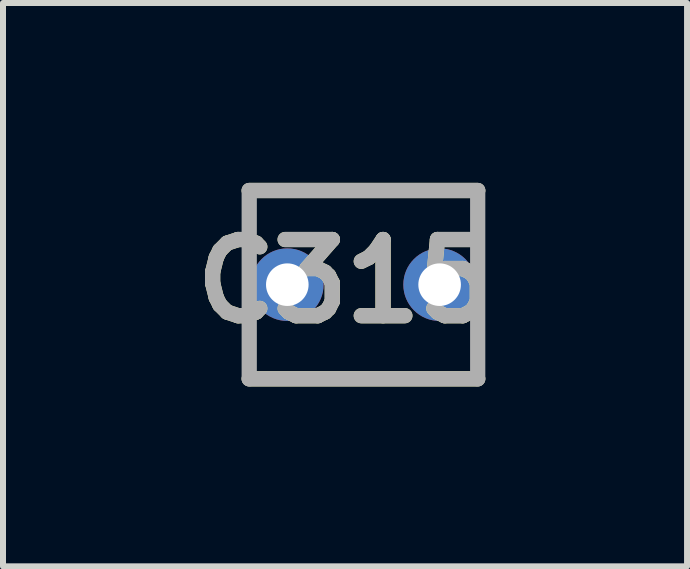
<source format=kicad_pcb>
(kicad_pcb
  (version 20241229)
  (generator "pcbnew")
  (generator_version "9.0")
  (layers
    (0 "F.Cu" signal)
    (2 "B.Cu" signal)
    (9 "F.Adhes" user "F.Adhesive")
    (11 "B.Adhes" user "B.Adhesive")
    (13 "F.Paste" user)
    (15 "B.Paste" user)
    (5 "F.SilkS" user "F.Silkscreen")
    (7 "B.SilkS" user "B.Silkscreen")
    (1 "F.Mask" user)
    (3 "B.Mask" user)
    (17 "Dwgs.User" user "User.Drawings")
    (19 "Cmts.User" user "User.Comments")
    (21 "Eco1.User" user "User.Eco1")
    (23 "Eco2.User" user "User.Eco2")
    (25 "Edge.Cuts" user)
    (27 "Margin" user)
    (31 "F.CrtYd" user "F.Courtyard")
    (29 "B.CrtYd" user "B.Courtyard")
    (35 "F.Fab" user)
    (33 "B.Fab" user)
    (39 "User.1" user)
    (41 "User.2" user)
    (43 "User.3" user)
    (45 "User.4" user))
  (footprint "C315"
    (layer "F.Cu")
    (at 3.011 1.697)
    (property "Reference" "C315" (at -0.308 -0.057 0) (layer "F.SilkS") (effects (font (size 1.27 1.27) (thickness 0.254))))
    (attr through_hole)
    (fp_line (start -1.905 -1.57) (end 1.905 -1.57) (stroke (width 0.254) (type solid)) (layer "F.SilkS"))
    (fp_line (start -1.905 1.57) (end 1.905 1.57) (stroke (width 0.254) (type solid)) (layer "F.SilkS"))
    (fp_line (start -1.905 -1.57) (end 1.905 -1.57) (stroke (width 0.254) (type solid)) (layer "F.Fab"))
    (fp_line (start -1.905 1.57) (end -1.905 -1.57) (stroke (width 0.254) (type solid)) (layer "F.Fab"))
    (fp_line (start 1.905 -1.57) (end 1.905 1.57) (stroke (width 0.254) (type solid)) (layer "F.Fab"))
    (fp_line (start 1.905 1.57) (end -1.905 1.57) (stroke (width 0.254) (type solid)) (layer "F.Fab"))
    (fp_text user "${REFERENCE}" (at -0.308 -0.057 0) (layer "F.Fab") (effects (font (size 1.27 1.27) (thickness 0.254))))
    (pad "1" thru_hole circle (at -1.27 0) (size 1.21 1.21) (drill 0.71) (layers "*.Cu" "*.Mask"))
    (pad "2" thru_hole circle (at 1.27 0) (size 1.21 1.21) (drill 0.71) (layers "*.Cu" "*.Mask")))
  (gr_rect
    (start -3 -3)
    (end 8.407 6.394)
    (stroke (width 0.1) (type default))
    (fill no)
    (layer "Edge.Cuts")))
</source>
